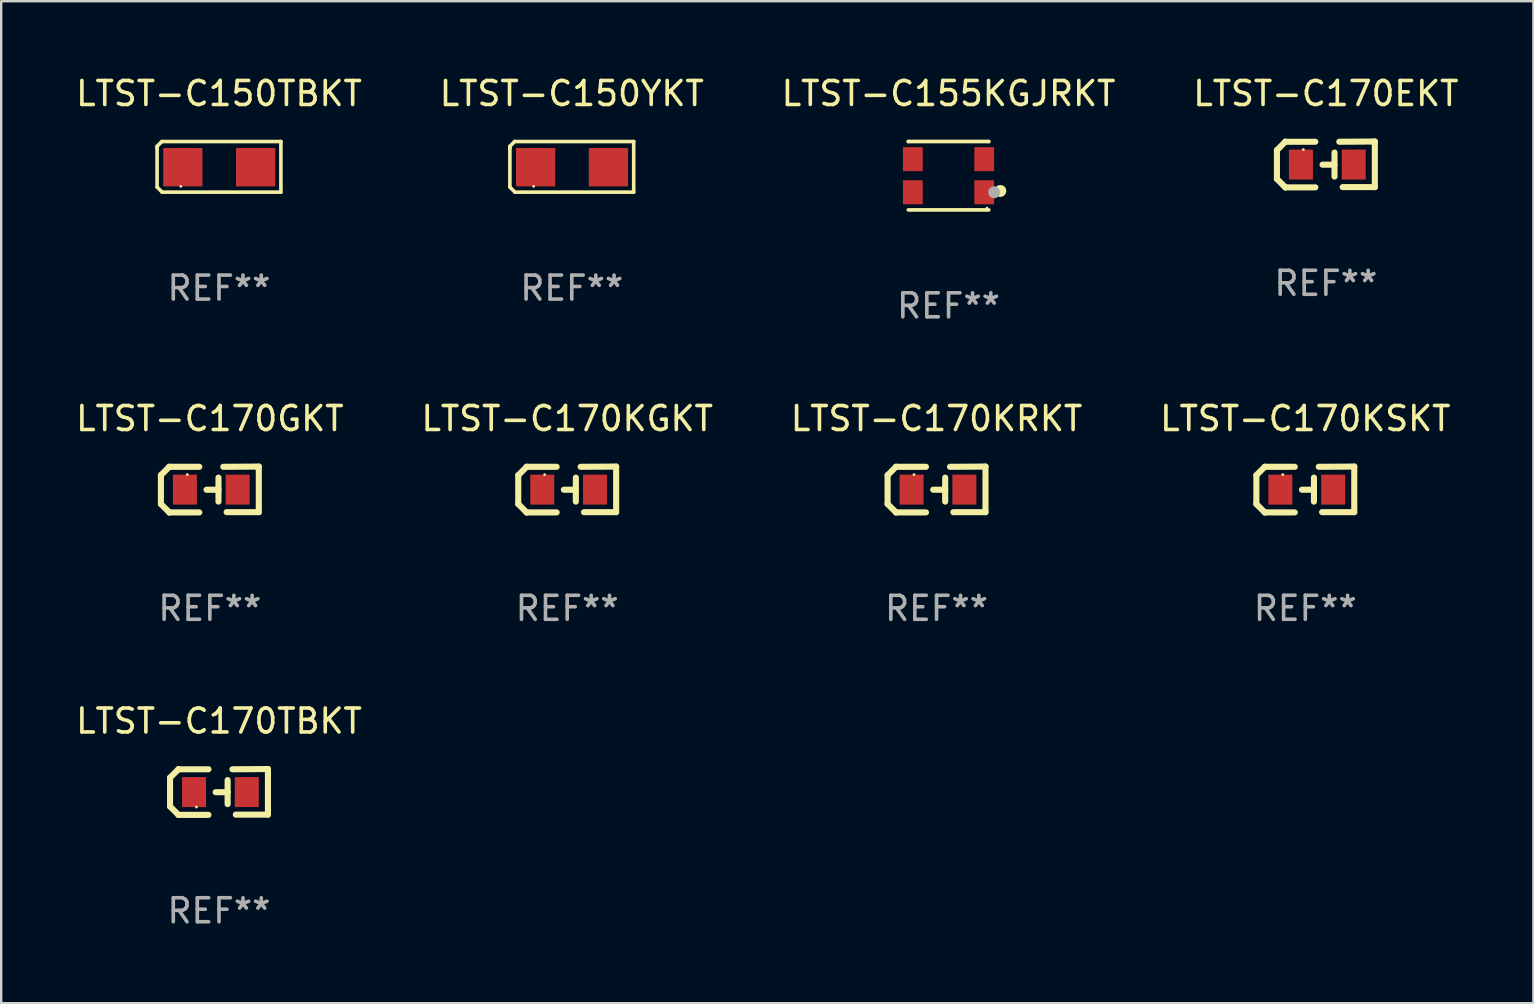
<source format=kicad_pcb>
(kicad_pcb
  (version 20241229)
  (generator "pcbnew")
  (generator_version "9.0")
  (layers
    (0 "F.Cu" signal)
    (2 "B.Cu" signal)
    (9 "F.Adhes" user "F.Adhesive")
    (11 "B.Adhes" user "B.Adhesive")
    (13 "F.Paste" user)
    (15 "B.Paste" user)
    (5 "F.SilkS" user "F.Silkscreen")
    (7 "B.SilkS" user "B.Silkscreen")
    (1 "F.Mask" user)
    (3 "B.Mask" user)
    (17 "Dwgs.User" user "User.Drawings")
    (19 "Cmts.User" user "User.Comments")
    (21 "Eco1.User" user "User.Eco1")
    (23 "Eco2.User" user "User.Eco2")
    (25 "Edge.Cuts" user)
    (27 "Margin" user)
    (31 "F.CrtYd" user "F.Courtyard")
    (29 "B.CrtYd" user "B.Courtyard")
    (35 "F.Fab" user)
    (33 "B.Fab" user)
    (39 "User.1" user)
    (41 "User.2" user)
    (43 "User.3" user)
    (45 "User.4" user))
  (footprint "LTST-C170KSKT"
    (layer "F.Cu")
    (at 51.351 17.35)
    (property "Reference" "LTST-C170KSKT" (at 0 -2.955 0) (layer "F.SilkS") (effects (font (size 1 1) (thickness 0.15))))
    (attr through_hole)
    (fp_line (start -2.04 -0.595) (end -2.04 0.605) (stroke (width 0.254) (type solid)) (layer "F.SilkS"))
    (fp_line (start -1.69 -0.945) (end -1.69 -0.945) (stroke (width 0.254) (type solid)) (layer "F.SilkS"))
    (fp_line (start -1.69 -0.945) (end -2.04 -0.595) (stroke (width 0.254) (type solid)) (layer "F.SilkS"))
    (fp_line (start -1.69 0.955) (end -2.04 0.605) (stroke (width 0.254) (type solid)) (layer "F.SilkS"))
    (fp_line (start -1.69 0.955) (end -1.69 0.955) (stroke (width 0.254) (type solid)) (layer "F.SilkS"))
    (fp_line (start -0.44 -0.945) (end -1.69 -0.945) (stroke (width 0.254) (type solid)) (layer "F.SilkS"))
    (fp_line (start -0.44 0.955) (end -1.69 0.955) (stroke (width 0.254) (type solid)) (layer "F.SilkS"))
    (fp_line (start 0.36 -0.495) (end 0.36 0.505) (stroke (width 0.254) (type solid)) (layer "F.SilkS"))
    (fp_line (start 0.36 0.01) (end -0.14 0.01) (stroke (width 0.254) (type solid)) (layer "F.SilkS"))
    (fp_line (start 0.56 -0.945) (end 2.04 -0.955) (stroke (width 0.254) (type solid)) (layer "F.SilkS"))
    (fp_line (start 0.7 0.945) (end 2.04 0.945) (stroke (width 0.254) (type solid)) (layer "F.SilkS"))
    (fp_line (start 2.04 -0.955) (end 2.04 0.945) (stroke (width 0.254) (type solid)) (layer "F.SilkS"))
    (fp_circle (center -0.94 -0.62) (end -0.91 -0.62) (stroke (width 0.06) (type solid)) (fill no) (layer "F.SilkS"))
    (fp_text user "REF**" (at 0 4.955 0) (layer "F.Fab") (effects (font (size 1 1) (thickness 0.15))))
    (pad "1" smd rect (at -1.04 0.005 180) (size 1 1.25) (layers "F.Cu" "F.Mask" "F.Paste"))
    (pad "2" smd rect (at 1.16 0.005 180) (size 1 1.25) (layers "F.Cu" "F.Mask" "F.Paste")))
  (footprint "LTST-C155KGJRKT"
    (layer "F.Cu")
    (at 36.482 4.273)
    (property "Reference" "LTST-C155KGJRKT" (at 0 -3.425 0) (layer "F.SilkS") (effects (font (size 1 1) (thickness 0.15))))
    (attr through_hole)
    (fp_line (start -1.676 -1.425) (end -1.676 -1.425) (stroke (width 0.152) (type solid)) (layer "F.SilkS"))
    (fp_line (start -1.676 -1.425) (end 1.676 -1.425) (stroke (width 0.152) (type solid)) (layer "F.SilkS"))
    (fp_line (start -1.676 1.425) (end 1.676 1.425) (stroke (width 0.152) (type solid)) (layer "F.SilkS"))
    (fp_line (start 1.676 -1.425) (end 1.676 -1.425) (stroke (width 0.152) (type solid)) (layer "F.SilkS"))
    (fp_circle (center 1.6 1.35) (end 1.63 1.35) (stroke (width 0.06) (type solid)) (fill no) (layer "F.SilkS"))
    (fp_circle (center 2.159 0.635) (end 2.284 0.635) (stroke (width 0.25) (type solid)) (fill no) (layer "F.SilkS"))
    (fp_circle (center 1.9 0.69) (end 2.025 0.69) (stroke (width 0.25) (type solid)) (fill no) (layer "F.Fab"))
    (fp_text user "REF**" (at 0 5.425 0) (layer "F.Fab") (effects (font (size 1 1) (thickness 0.15))))
    (pad "1" smd rect (at 1.487 0.69) (size 0.825 1) (layers "F.Cu" "F.Mask" "F.Paste"))
    (pad "2" smd rect (at 1.487 -0.69) (size 0.825 1) (layers "F.Cu" "F.Mask" "F.Paste"))
    (pad "3" smd rect (at -1.487 0.69) (size 0.825 1) (layers "F.Cu" "F.Mask" "F.Paste"))
    (pad "4" smd rect (at -1.487 -0.69) (size 0.825 1) (layers "F.Cu" "F.Mask" "F.Paste")))
  (footprint "LTST-C170GKT"
    (layer "F.Cu")
    (at 5.696 17.35)
    (property "Reference" "LTST-C170GKT" (at 0 -2.955 0) (layer "F.SilkS") (effects (font (size 1 1) (thickness 0.15))))
    (attr through_hole)
    (fp_line (start -2.04 -0.595) (end -2.04 0.605) (stroke (width 0.254) (type solid)) (layer "F.SilkS"))
    (fp_line (start -1.69 -0.945) (end -1.69 -0.945) (stroke (width 0.254) (type solid)) (layer "F.SilkS"))
    (fp_line (start -1.69 -0.945) (end -2.04 -0.595) (stroke (width 0.254) (type solid)) (layer "F.SilkS"))
    (fp_line (start -1.69 0.955) (end -2.04 0.605) (stroke (width 0.254) (type solid)) (layer "F.SilkS"))
    (fp_line (start -1.69 0.955) (end -1.69 0.955) (stroke (width 0.254) (type solid)) (layer "F.SilkS"))
    (fp_line (start -0.44 -0.945) (end -1.69 -0.945) (stroke (width 0.254) (type solid)) (layer "F.SilkS"))
    (fp_line (start -0.44 0.955) (end -1.69 0.955) (stroke (width 0.254) (type solid)) (layer "F.SilkS"))
    (fp_line (start 0.36 -0.495) (end 0.36 0.505) (stroke (width 0.254) (type solid)) (layer "F.SilkS"))
    (fp_line (start 0.36 0.01) (end -0.14 0.01) (stroke (width 0.254) (type solid)) (layer "F.SilkS"))
    (fp_line (start 0.56 -0.945) (end 2.04 -0.955) (stroke (width 0.254) (type solid)) (layer "F.SilkS"))
    (fp_line (start 0.7 0.945) (end 2.04 0.945) (stroke (width 0.254) (type solid)) (layer "F.SilkS"))
    (fp_line (start 2.04 -0.955) (end 2.04 0.945) (stroke (width 0.254) (type solid)) (layer "F.SilkS"))
    (fp_circle (center -0.94 -0.62) (end -0.91 -0.62) (stroke (width 0.06) (type solid)) (fill no) (layer "F.SilkS"))
    (fp_text user "REF**" (at 0 4.955 0) (layer "F.Fab") (effects (font (size 1 1) (thickness 0.15))))
    (pad "1" smd rect (at -1.04 0.005 180) (size 1 1.25) (layers "F.Cu" "F.Mask" "F.Paste"))
    (pad "2" smd rect (at 1.16 0.005 180) (size 1 1.25) (layers "F.Cu" "F.Mask" "F.Paste")))
  (footprint "LTST-C170KGKT"
    (layer "F.Cu")
    (at 20.589 17.35)
    (property "Reference" "LTST-C170KGKT" (at 0 -2.955 0) (layer "F.SilkS") (effects (font (size 1 1) (thickness 0.15))))
    (attr through_hole)
    (fp_line (start -2.04 -0.595) (end -2.04 0.605) (stroke (width 0.254) (type solid)) (layer "F.SilkS"))
    (fp_line (start -1.69 -0.945) (end -1.69 -0.945) (stroke (width 0.254) (type solid)) (layer "F.SilkS"))
    (fp_line (start -1.69 -0.945) (end -2.04 -0.595) (stroke (width 0.254) (type solid)) (layer "F.SilkS"))
    (fp_line (start -1.69 0.955) (end -2.04 0.605) (stroke (width 0.254) (type solid)) (layer "F.SilkS"))
    (fp_line (start -1.69 0.955) (end -1.69 0.955) (stroke (width 0.254) (type solid)) (layer "F.SilkS"))
    (fp_line (start -0.44 -0.945) (end -1.69 -0.945) (stroke (width 0.254) (type solid)) (layer "F.SilkS"))
    (fp_line (start -0.44 0.955) (end -1.69 0.955) (stroke (width 0.254) (type solid)) (layer "F.SilkS"))
    (fp_line (start 0.36 -0.495) (end 0.36 0.505) (stroke (width 0.254) (type solid)) (layer "F.SilkS"))
    (fp_line (start 0.36 0.01) (end -0.14 0.01) (stroke (width 0.254) (type solid)) (layer "F.SilkS"))
    (fp_line (start 0.56 -0.945) (end 2.04 -0.955) (stroke (width 0.254) (type solid)) (layer "F.SilkS"))
    (fp_line (start 0.7 0.945) (end 2.04 0.945) (stroke (width 0.254) (type solid)) (layer "F.SilkS"))
    (fp_line (start 2.04 -0.955) (end 2.04 0.945) (stroke (width 0.254) (type solid)) (layer "F.SilkS"))
    (fp_circle (center -0.94 -0.62) (end -0.91 -0.62) (stroke (width 0.06) (type solid)) (fill no) (layer "F.SilkS"))
    (fp_text user "REF**" (at 0 4.955 0) (layer "F.Fab") (effects (font (size 1 1) (thickness 0.15))))
    (pad "1" smd rect (at -1.04 0.005 180) (size 1 1.25) (layers "F.Cu" "F.Mask" "F.Paste"))
    (pad "2" smd rect (at 1.16 0.005 180) (size 1 1.25) (layers "F.Cu" "F.Mask" "F.Paste")))
  (footprint "LTST-C170KRKT"
    (layer "F.Cu")
    (at 35.982 17.35)
    (property "Reference" "LTST-C170KRKT" (at 0 -2.955 0) (layer "F.SilkS") (effects (font (size 1 1) (thickness 0.15))))
    (attr through_hole)
    (fp_line (start -2.04 -0.595) (end -2.04 0.605) (stroke (width 0.254) (type solid)) (layer "F.SilkS"))
    (fp_line (start -1.69 -0.945) (end -1.69 -0.945) (stroke (width 0.254) (type solid)) (layer "F.SilkS"))
    (fp_line (start -1.69 -0.945) (end -2.04 -0.595) (stroke (width 0.254) (type solid)) (layer "F.SilkS"))
    (fp_line (start -1.69 0.955) (end -2.04 0.605) (stroke (width 0.254) (type solid)) (layer "F.SilkS"))
    (fp_line (start -1.69 0.955) (end -1.69 0.955) (stroke (width 0.254) (type solid)) (layer "F.SilkS"))
    (fp_line (start -0.44 -0.945) (end -1.69 -0.945) (stroke (width 0.254) (type solid)) (layer "F.SilkS"))
    (fp_line (start -0.44 0.955) (end -1.69 0.955) (stroke (width 0.254) (type solid)) (layer "F.SilkS"))
    (fp_line (start 0.36 -0.495) (end 0.36 0.505) (stroke (width 0.254) (type solid)) (layer "F.SilkS"))
    (fp_line (start 0.36 0.01) (end -0.14 0.01) (stroke (width 0.254) (type solid)) (layer "F.SilkS"))
    (fp_line (start 0.56 -0.945) (end 2.04 -0.955) (stroke (width 0.254) (type solid)) (layer "F.SilkS"))
    (fp_line (start 0.7 0.945) (end 2.04 0.945) (stroke (width 0.254) (type solid)) (layer "F.SilkS"))
    (fp_line (start 2.04 -0.955) (end 2.04 0.945) (stroke (width 0.254) (type solid)) (layer "F.SilkS"))
    (fp_circle (center -0.94 -0.62) (end -0.91 -0.62) (stroke (width 0.06) (type solid)) (fill no) (layer "F.SilkS"))
    (fp_text user "REF**" (at 0 4.955 0) (layer "F.Fab") (effects (font (size 1 1) (thickness 0.15))))
    (pad "1" smd rect (at -1.04 0.005 180) (size 1 1.25) (layers "F.Cu" "F.Mask" "F.Paste"))
    (pad "2" smd rect (at 1.16 0.005 180) (size 1 1.25) (layers "F.Cu" "F.Mask" "F.Paste")))
  (footprint "LTST-C150YKT"
    (layer "F.Cu")
    (at 20.78 3.903)
    (property "Reference" "LTST-C150YKT" (at 0 -3.055 0) (layer "F.SilkS") (effects (font (size 1 1) (thickness 0.15))))
    (attr through_hole)
    (fp_line (start -2.58 -0.855) (end -2.38 -1.055) (stroke (width 0.15) (type solid)) (layer "F.SilkS"))
    (fp_line (start -2.58 -0.775) (end -2.58 -0.855) (stroke (width 0.15) (type solid)) (layer "F.SilkS"))
    (fp_line (start -2.58 -0.775) (end -2.58 0.845) (stroke (width 0.15) (type solid)) (layer "F.SilkS"))
    (fp_line (start -2.58 0.845) (end -2.37 1.055) (stroke (width 0.15) (type solid)) (layer "F.SilkS"))
    (fp_line (start -2.38 -1.055) (end 2.58 -1.055) (stroke (width 0.15) (type solid)) (layer "F.SilkS"))
    (fp_line (start 2.58 -1.055) (end 2.58 1.055) (stroke (width 0.15) (type solid)) (layer "F.SilkS"))
    (fp_line (start 2.58 1.055) (end -2.37 1.055) (stroke (width 0.15) (type solid)) (layer "F.SilkS"))
    (fp_circle (center -1.59 0.815) (end -1.56 0.815) (stroke (width 0.06) (type solid)) (fill no) (layer "F.SilkS"))
    (fp_text user "REF**" (at 0 5.055 0) (layer "F.Fab") (effects (font (size 1 1) (thickness 0.15))))
    (pad "1" smd rect (at -1.507 0.015) (size 1.635 1.6) (layers "F.Cu" "F.Mask" "F.Paste"))
    (pad "2" smd rect (at 1.527 0.015) (size 1.635 1.6) (layers "F.Cu" "F.Mask" "F.Paste")))
  (footprint "LTST-C170TBKT"
    (layer "F.Cu")
    (at 6.077 29.956)
    (property "Reference" "LTST-C170TBKT" (at 0 -2.955 0) (layer "F.SilkS") (effects (font (size 1 1) (thickness 0.15))))
    (attr through_hole)
    (fp_line (start -2.04 -0.595) (end -2.04 0.605) (stroke (width 0.254) (type solid)) (layer "F.SilkS"))
    (fp_line (start -1.69 -0.945) (end -1.69 -0.945) (stroke (width 0.254) (type solid)) (layer "F.SilkS"))
    (fp_line (start -1.69 -0.945) (end -2.04 -0.595) (stroke (width 0.254) (type solid)) (layer "F.SilkS"))
    (fp_line (start -1.69 0.955) (end -2.04 0.605) (stroke (width 0.254) (type solid)) (layer "F.SilkS"))
    (fp_line (start -1.69 0.955) (end -1.69 0.955) (stroke (width 0.254) (type solid)) (layer "F.SilkS"))
    (fp_line (start -0.44 -0.945) (end -1.69 -0.945) (stroke (width 0.254) (type solid)) (layer "F.SilkS"))
    (fp_line (start -0.44 0.955) (end -1.69 0.955) (stroke (width 0.254) (type solid)) (layer "F.SilkS"))
    (fp_line (start 0.36 -0.495) (end 0.36 0.505) (stroke (width 0.254) (type solid)) (layer "F.SilkS"))
    (fp_line (start 0.36 0.01) (end -0.14 0.01) (stroke (width 0.254) (type solid)) (layer "F.SilkS"))
    (fp_line (start 0.56 -0.945) (end 2.04 -0.955) (stroke (width 0.254) (type solid)) (layer "F.SilkS"))
    (fp_line (start 0.7 0.945) (end 2.04 0.945) (stroke (width 0.254) (type solid)) (layer "F.SilkS"))
    (fp_line (start 2.04 -0.955) (end 2.04 0.945) (stroke (width 0.254) (type solid)) (layer "F.SilkS"))
    (fp_circle (center -0.94 0.63) (end -0.91 0.63) (stroke (width 0.06) (type solid)) (fill no) (layer "F.SilkS"))
    (fp_text user "REF**" (at 0 4.955 0) (layer "F.Fab") (effects (font (size 1 1) (thickness 0.15))))
    (pad "1" smd rect (at -1.04 0.005 180) (size 1 1.25) (layers "F.Cu" "F.Mask" "F.Paste"))
    (pad "2" smd rect (at 1.16 0.005 180) (size 1 1.25) (layers "F.Cu" "F.Mask" "F.Paste")))
  (footprint "LTST-C150TBKT"
    (layer "F.Cu")
    (at 6.077 3.903)
    (property "Reference" "LTST-C150TBKT" (at 0 -3.055 0) (layer "F.SilkS") (effects (font (size 1 1) (thickness 0.15))))
    (attr through_hole)
    (fp_line (start -2.58 -0.855) (end -2.38 -1.055) (stroke (width 0.15) (type solid)) (layer "F.SilkS"))
    (fp_line (start -2.58 -0.775) (end -2.58 -0.855) (stroke (width 0.15) (type solid)) (layer "F.SilkS"))
    (fp_line (start -2.58 -0.775) (end -2.58 0.845) (stroke (width 0.15) (type solid)) (layer "F.SilkS"))
    (fp_line (start -2.58 0.845) (end -2.37 1.055) (stroke (width 0.15) (type solid)) (layer "F.SilkS"))
    (fp_line (start -2.38 -1.055) (end 2.58 -1.055) (stroke (width 0.15) (type solid)) (layer "F.SilkS"))
    (fp_line (start 2.58 -1.055) (end 2.58 1.055) (stroke (width 0.15) (type solid)) (layer "F.SilkS"))
    (fp_line (start 2.58 1.055) (end -2.37 1.055) (stroke (width 0.15) (type solid)) (layer "F.SilkS"))
    (fp_circle (center -1.59 0.815) (end -1.56 0.815) (stroke (width 0.06) (type solid)) (fill no) (layer "F.SilkS"))
    (fp_text user "REF**" (at 0 5.055 0) (layer "F.Fab") (effects (font (size 1 1) (thickness 0.15))))
    (pad "1" smd rect (at -1.508 0.015) (size 1.635 1.6) (layers "F.Cu" "F.Mask" "F.Paste"))
    (pad "2" smd rect (at 1.527 0.015) (size 1.635 1.6) (layers "F.Cu" "F.Mask" "F.Paste")))
  (footprint "LTST-C170EKT"
    (layer "F.Cu")
    (at 52.208 3.803)
    (property "Reference" "LTST-C170EKT" (at 0 -2.955 0) (layer "F.SilkS") (effects (font (size 1 1) (thickness 0.15))))
    (attr through_hole)
    (fp_line (start -2.04 -0.595) (end -2.04 0.605) (stroke (width 0.254) (type solid)) (layer "F.SilkS"))
    (fp_line (start -1.69 -0.945) (end -1.69 -0.945) (stroke (width 0.254) (type solid)) (layer "F.SilkS"))
    (fp_line (start -1.69 -0.945) (end -2.04 -0.595) (stroke (width 0.254) (type solid)) (layer "F.SilkS"))
    (fp_line (start -1.69 0.955) (end -2.04 0.605) (stroke (width 0.254) (type solid)) (layer "F.SilkS"))
    (fp_line (start -1.69 0.955) (end -1.69 0.955) (stroke (width 0.254) (type solid)) (layer "F.SilkS"))
    (fp_line (start -0.44 -0.945) (end -1.69 -0.945) (stroke (width 0.254) (type solid)) (layer "F.SilkS"))
    (fp_line (start -0.44 0.955) (end -1.69 0.955) (stroke (width 0.254) (type solid)) (layer "F.SilkS"))
    (fp_line (start 0.36 -0.495) (end 0.36 0.505) (stroke (width 0.254) (type solid)) (layer "F.SilkS"))
    (fp_line (start 0.36 0.01) (end -0.14 0.01) (stroke (width 0.254) (type solid)) (layer "F.SilkS"))
    (fp_line (start 0.56 -0.945) (end 2.04 -0.955) (stroke (width 0.254) (type solid)) (layer "F.SilkS"))
    (fp_line (start 0.7 0.945) (end 2.04 0.945) (stroke (width 0.254) (type solid)) (layer "F.SilkS"))
    (fp_line (start 2.04 -0.955) (end 2.04 0.945) (stroke (width 0.254) (type solid)) (layer "F.SilkS"))
    (fp_circle (center -0.94 -0.62) (end -0.91 -0.62) (stroke (width 0.06) (type solid)) (fill no) (layer "F.SilkS"))
    (fp_text user "REF**" (at 0 4.955 0) (layer "F.Fab") (effects (font (size 1 1) (thickness 0.15))))
    (pad "1" smd rect (at -1.04 0.005 180) (size 1 1.25) (layers "F.Cu" "F.Mask" "F.Paste"))
    (pad "2" smd rect (at 1.16 0.005 180) (size 1 1.25) (layers "F.Cu" "F.Mask" "F.Paste")))
  (gr_rect
    (start -3 -3)
    (end 60.857 38.759)
    (stroke (width 0.1) (type default))
    (fill no)
    (layer "Edge.Cuts")))
</source>
